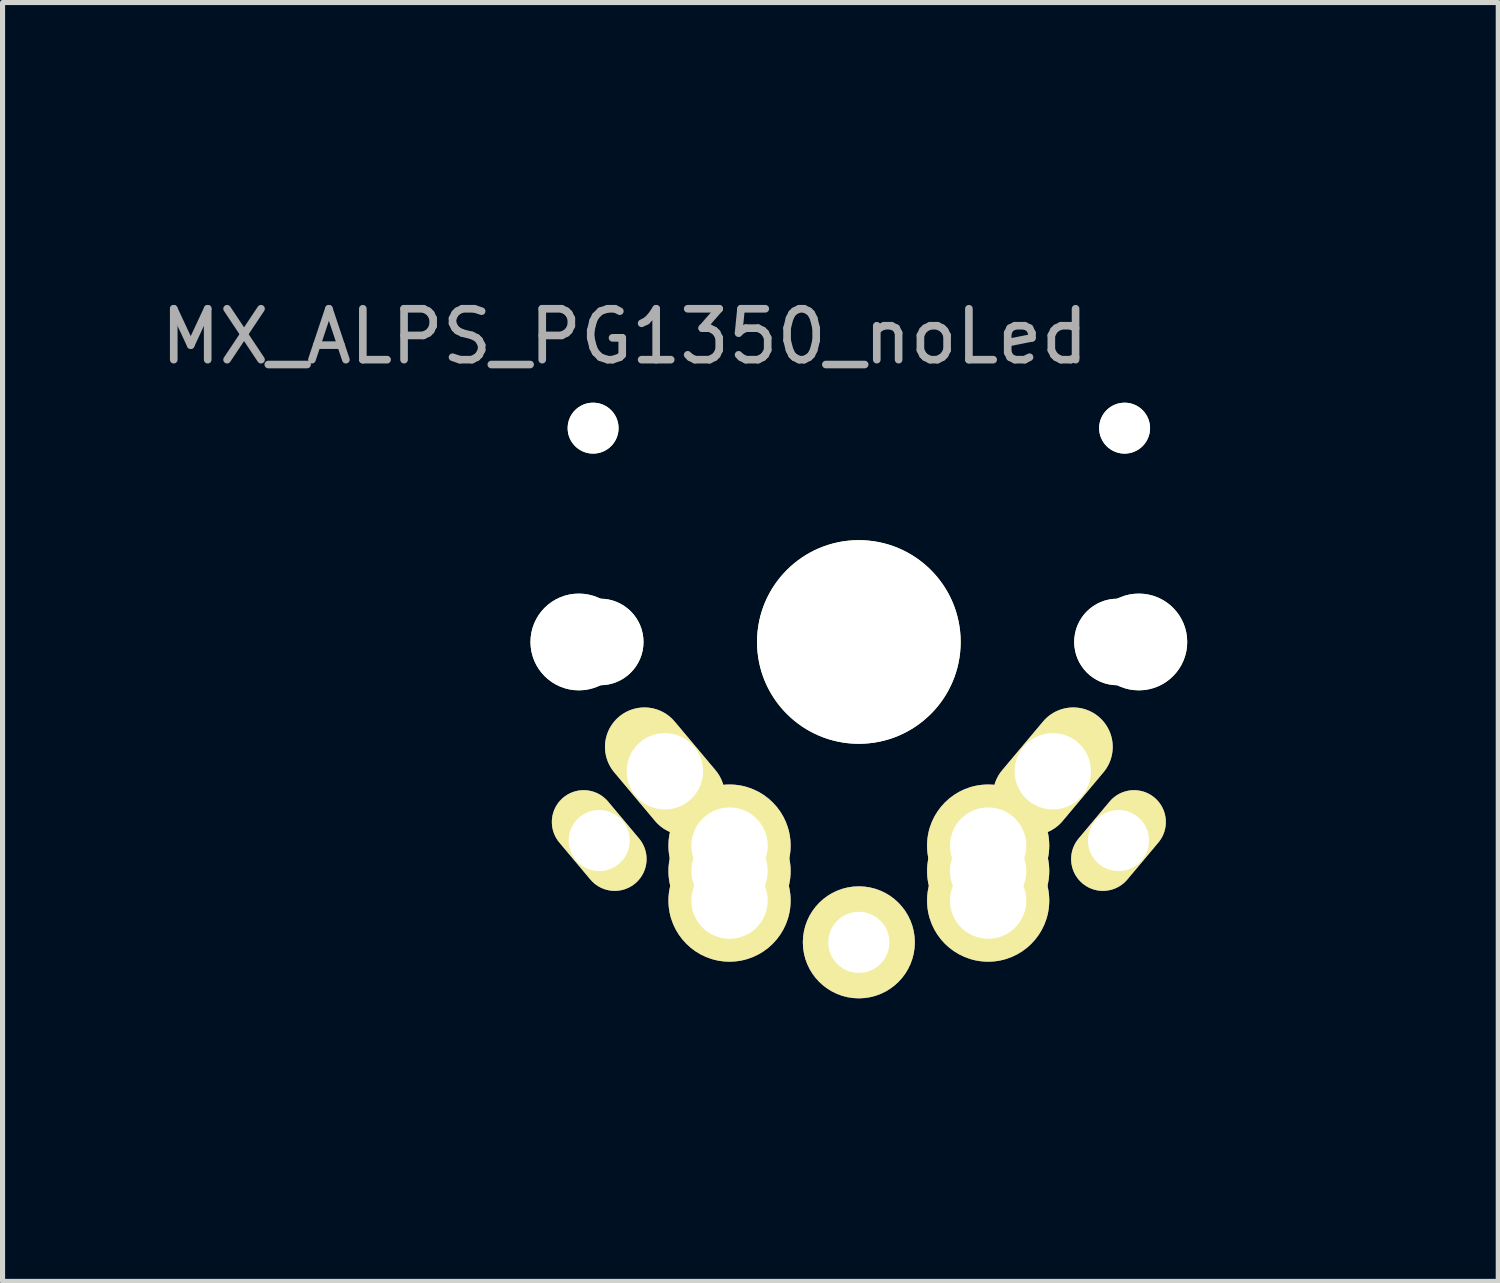
<source format=kicad_pcb>
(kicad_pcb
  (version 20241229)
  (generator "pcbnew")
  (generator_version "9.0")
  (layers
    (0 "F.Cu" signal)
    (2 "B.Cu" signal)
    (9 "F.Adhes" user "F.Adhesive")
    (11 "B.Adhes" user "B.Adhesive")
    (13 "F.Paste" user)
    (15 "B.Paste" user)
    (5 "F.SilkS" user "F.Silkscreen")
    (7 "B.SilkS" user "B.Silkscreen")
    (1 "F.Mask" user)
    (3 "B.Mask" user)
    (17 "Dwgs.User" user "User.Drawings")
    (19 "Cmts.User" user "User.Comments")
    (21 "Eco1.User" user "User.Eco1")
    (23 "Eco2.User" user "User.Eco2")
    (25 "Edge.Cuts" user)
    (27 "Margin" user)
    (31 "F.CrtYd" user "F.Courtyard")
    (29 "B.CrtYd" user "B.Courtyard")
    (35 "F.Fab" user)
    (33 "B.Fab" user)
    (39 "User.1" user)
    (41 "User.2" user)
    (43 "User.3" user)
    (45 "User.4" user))
  (footprint "MX_ALPS_PG1350_noLed"
    (layer "F.Cu")
    (at 13.82 9.56)
    (property "Reference" "MX_ALPS_PG1350_noLed" (at -4.6 -6 180) (layer "F.Fab") (effects (font (size 1 1) (thickness 0.15))))
    (attr through_hole)
    (fp_line (start -9.5 -9.5) (end 9.5 -9.5) (stroke (width 0.12) (type solid)) (layer "Eco2.User"))
    (fp_line (start -9.5 9.5) (end -9.5 -9.5) (stroke (width 0.12) (type solid)) (layer "Eco2.User"))
    (fp_line (start -7 -7) (end 7 -7) (stroke (width 0.15) (type solid)) (layer "Eco2.User"))
    (fp_line (start -7 7) (end -7 -7) (stroke (width 0.15) (type solid)) (layer "Eco2.User"))
    (fp_line (start 7 -7) (end 7 7) (stroke (width 0.15) (type solid)) (layer "Eco2.User"))
    (fp_line (start 7 7) (end -7 7) (stroke (width 0.15) (type solid)) (layer "Eco2.User"))
    (fp_line (start 9.5 -9.5) (end 9.5 9.5) (stroke (width 0.12) (type solid)) (layer "Eco2.User"))
    (fp_line (start 9.5 9.5) (end -9.5 9.5) (stroke (width 0.12) (type solid)) (layer "Eco2.User"))
    (pad "" np_thru_hole circle (at -5.5 0 270) (size 1.9 1.9) (drill 1.9) (layers "*.Cu" "*.Mask" "F.SilkS"))
    (pad "" np_thru_hole circle (at -5.22 -4.2 180) (size 1 1) (drill 1) (layers "*.Cu" "*.Mask" "F.SilkS"))
    (pad "" np_thru_hole circle (at -5.08 0 180) (size 1.7 1.7) (drill 1.7) (layers "*.Cu" "*.Mask" "F.SilkS"))
    (pad "" np_thru_hole circle (at 0 0 270) (size 4 4) (drill 4) (layers "*.Cu" "*.Mask" "F.SilkS"))
    (pad "" np_thru_hole circle (at 5.08 0 180) (size 1.7 1.7) (drill 1.7) (layers "*.Cu" "*.Mask" "F.SilkS"))
    (pad "" np_thru_hole circle (at 5.22 -4.2 180) (size 1 1) (drill 1) (layers "*.Cu" "*.Mask" "F.SilkS"))
    (pad "" np_thru_hole circle (at 5.5 0 270) (size 1.9 1.9) (drill 1.9) (layers "*.Cu" "*.Mask" "F.SilkS"))
    (pad "1" thru_hole oval (at -5.1 3.9 130) (size 2.2 1.25) (drill 1.2) (layers "*.Cu" "*.Mask" "F.SilkS"))
    (pad "1" thru_hole circle (at 2.54 4 180) (size 2.4 2.4) (drill 1.5) (layers "*.Cu" "*.Mask" "F.SilkS"))
    (pad "1" thru_hole circle (at 2.54 4.5 180) (size 2.4 2.4) (drill 1.5) (layers "*.Cu" "*.Mask" "F.SilkS"))
    (pad "1" thru_hole circle (at 2.54 5.08 180) (size 2.4 2.4) (drill 1.5) (layers "*.Cu" "*.Mask" "F.SilkS"))
    (pad "1" thru_hole oval (at 3.81 2.54 230) (size 2.8 1.55) (drill 1.5) (layers "*.Cu" "*.Mask" "F.SilkS"))
    (pad "1" thru_hole oval (at 5.1 3.9 230) (size 2.2 1.25) (drill 1.2) (layers "*.Cu" "*.Mask" "F.SilkS"))
    (pad "2" thru_hole oval (at -3.81 2.54 130) (size 2.8 1.55) (drill 1.5) (layers "*.Cu" "*.Mask" "F.SilkS"))
    (pad "2" thru_hole circle (at -2.54 4 180) (size 2.4 2.4) (drill 1.5) (layers "*.Cu" "*.Mask" "F.SilkS"))
    (pad "2" thru_hole circle (at -2.54 4.5 180) (size 2.4 2.4) (drill 1.5) (layers "*.Cu" "*.Mask" "F.SilkS"))
    (pad "2" thru_hole circle (at -2.54 5.08 180) (size 2.4 2.4) (drill 1.5) (layers "*.Cu" "*.Mask" "F.SilkS"))
    (pad "2" thru_hole circle (at 0 5.9 270) (size 2.2 2.2) (drill 1.2) (layers "*.Cu" "*.Mask" "F.SilkS")))
  (gr_rect
    (start -3 -3)
    (end 26.38 22.12)
    (stroke (width 0.1) (type default))
    (fill no)
    (layer "Edge.Cuts")))
</source>
